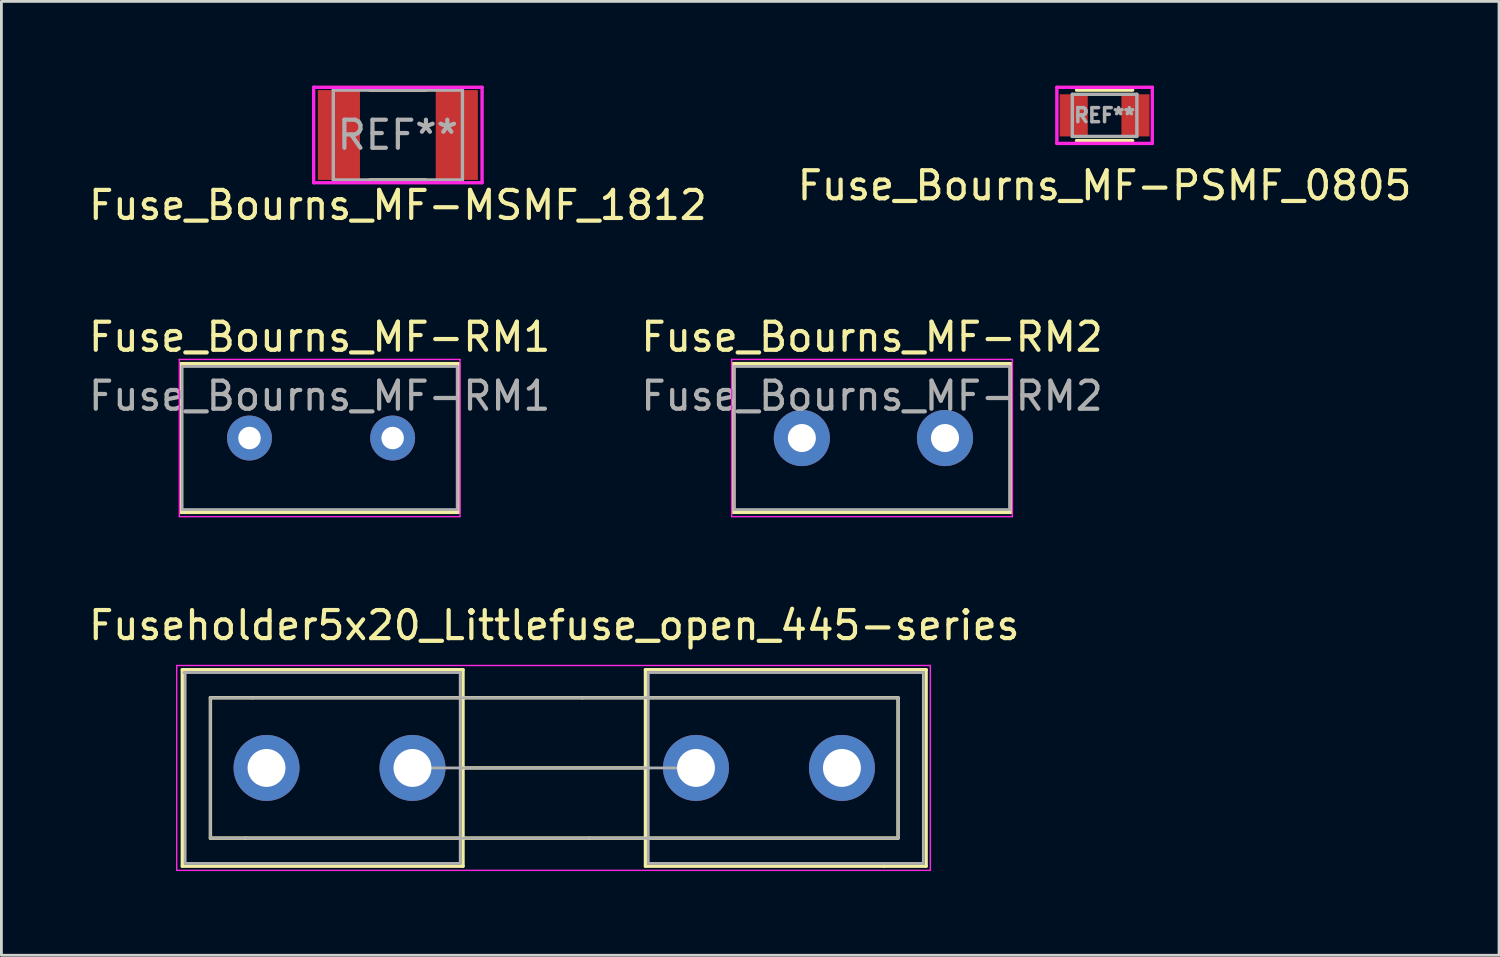
<source format=kicad_pcb>
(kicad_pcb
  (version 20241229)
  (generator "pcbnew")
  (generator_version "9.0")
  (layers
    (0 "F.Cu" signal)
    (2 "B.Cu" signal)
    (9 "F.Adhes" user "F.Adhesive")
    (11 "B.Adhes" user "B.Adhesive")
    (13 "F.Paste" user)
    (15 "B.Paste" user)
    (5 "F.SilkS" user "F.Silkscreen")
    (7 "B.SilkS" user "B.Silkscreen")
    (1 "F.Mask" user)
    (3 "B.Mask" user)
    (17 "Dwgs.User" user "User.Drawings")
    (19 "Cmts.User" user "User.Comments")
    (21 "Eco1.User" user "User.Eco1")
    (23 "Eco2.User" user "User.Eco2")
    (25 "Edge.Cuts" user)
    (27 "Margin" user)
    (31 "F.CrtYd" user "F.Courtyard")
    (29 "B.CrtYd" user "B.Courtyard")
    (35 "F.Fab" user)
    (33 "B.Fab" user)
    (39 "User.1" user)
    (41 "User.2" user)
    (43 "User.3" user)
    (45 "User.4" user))
  (footprint "Fuseholder5x20_Littlefuse_open_445-series"
    (layer "F.Cu")
    (at 6.446 24.31)
    (property "Reference" "Fuseholder5x20_Littlefuse_open_445-series" (at 10.25 -5.08 0) (layer "F.SilkS") (effects (font (size 1 1) (thickness 0.15))))
    (attr through_hole)
    (fp_line (start -3 -3.5) (end -3 3.5) (stroke (width 0.12) (type solid)) (layer "F.SilkS"))
    (fp_line (start -2 -2.5) (end -2 2.5) (stroke (width 0.12) (type solid)) (layer "F.SilkS"))
    (fp_line (start -0.75 2.5) (end -2 2.5) (stroke (width 0.12) (type solid)) (layer "F.SilkS"))
    (fp_line (start -0.5 -2.5) (end -2 -2.5) (stroke (width 0.12) (type solid)) (layer "F.SilkS"))
    (fp_line (start 7 -3.5) (end -3 -3.5) (stroke (width 0.12) (type solid)) (layer "F.SilkS"))
    (fp_line (start 7 -3.5) (end 7 3.5) (stroke (width 0.12) (type solid)) (layer "F.SilkS"))
    (fp_line (start 7 3.5) (end -3 3.5) (stroke (width 0.12) (type solid)) (layer "F.SilkS"))
    (fp_line (start 11.25 -2.5) (end -0.5 -2.5) (stroke (width 0.12) (type solid)) (layer "F.SilkS"))
    (fp_line (start 11.5 2.5) (end -0.75 2.5) (stroke (width 0.12) (type solid)) (layer "F.SilkS"))
    (fp_line (start 13.5 -3.5) (end 13.5 3.5) (stroke (width 0.12) (type solid)) (layer "F.SilkS"))
    (fp_line (start 13.5 0) (end 7 0) (stroke (width 0.12) (type solid)) (layer "F.SilkS"))
    (fp_line (start 22 -3.5) (end 13.5 -3.5) (stroke (width 0.12) (type solid)) (layer "F.SilkS"))
    (fp_line (start 22 3.5) (end 13.5 3.5) (stroke (width 0.12) (type solid)) (layer "F.SilkS"))
    (fp_line (start 22.5 -2.5) (end 11.25 -2.5) (stroke (width 0.12) (type solid)) (layer "F.SilkS"))
    (fp_line (start 22.5 -2.5) (end 22.5 2.5) (stroke (width 0.12) (type solid)) (layer "F.SilkS"))
    (fp_line (start 22.5 2.5) (end 11.5 2.5) (stroke (width 0.12) (type solid)) (layer "F.SilkS"))
    (fp_line (start 23.5 -3.5) (end 22 -3.5) (stroke (width 0.12) (type solid)) (layer "F.SilkS"))
    (fp_line (start 23.5 -3.5) (end 23.5 3.5) (stroke (width 0.12) (type solid)) (layer "F.SilkS"))
    (fp_line (start 23.5 3.5) (end 22 3.5) (stroke (width 0.12) (type solid)) (layer "F.SilkS"))
    (fp_line (start -3.2 -3.65) (end -3.2 3.65) (stroke (width 0.05) (type solid)) (layer "F.CrtYd"))
    (fp_line (start -3.2 -3.65) (end 23.65 -3.65) (stroke (width 0.05) (type solid)) (layer "F.CrtYd"))
    (fp_line (start 23.65 3.65) (end -3.2 3.65) (stroke (width 0.05) (type solid)) (layer "F.CrtYd"))
    (fp_line (start 23.65 3.65) (end 23.65 -3.65) (stroke (width 0.05) (type solid)) (layer "F.CrtYd"))
    (fp_line (start -2.95 -3.4) (end 6.9 -3.4) (stroke (width 0.1) (type solid)) (layer "F.Fab"))
    (fp_line (start -2.9 3.4) (end -2.9 -3.4) (stroke (width 0.1) (type solid)) (layer "F.Fab"))
    (fp_line (start -2 -2.5) (end 22.5 -2.5) (stroke (width 0.1) (type solid)) (layer "F.Fab"))
    (fp_line (start -2 2.5) (end -2 -2.5) (stroke (width 0.1) (type solid)) (layer "F.Fab"))
    (fp_line (start 5.2 0) (end 15.25 0) (stroke (width 0.1) (type solid)) (layer "F.Fab"))
    (fp_line (start 6.9 -3.4) (end 6.9 3.4) (stroke (width 0.1) (type solid)) (layer "F.Fab"))
    (fp_line (start 6.9 3.4) (end -2.9 3.4) (stroke (width 0.1) (type solid)) (layer "F.Fab"))
    (fp_line (start 13.6 -3.4) (end 13.6 3.4) (stroke (width 0.1) (type solid)) (layer "F.Fab"))
    (fp_line (start 13.6 3.4) (end 23.4 3.4) (stroke (width 0.1) (type solid)) (layer "F.Fab"))
    (fp_line (start 22.5 -2.5) (end 22.5 2.5) (stroke (width 0.1) (type solid)) (layer "F.Fab"))
    (fp_line (start 22.5 2.5) (end -2 2.5) (stroke (width 0.1) (type solid)) (layer "F.Fab"))
    (fp_line (start 23.4 -3.4) (end 13.6 -3.4) (stroke (width 0.1) (type solid)) (layer "F.Fab"))
    (fp_line (start 23.4 3.4) (end 23.4 -3.4) (stroke (width 0.1) (type solid)) (layer "F.Fab"))
    (pad "1" thru_hole circle (at 0 0) (size 2.35 2.35) (drill 1.35) (layers "*.Cu" "*.Mask"))
    (pad "1" thru_hole circle (at 5.2 0) (size 2.35 2.35) (drill 1.35) (layers "*.Cu" "*.Mask"))
    (pad "2" thru_hole circle (at 15.3 0) (size 2.35 2.35) (drill 1.35) (layers "*.Cu" "*.Mask"))
    (pad "2" thru_hole circle (at 20.5 0) (size 2.35 2.35) (drill 1.35) (layers "*.Cu" "*.Mask")))
  (footprint "Fuse_Bourns_MF-PSMF_0805"
    (layer "F.Cu")
    (at 36.304 1.06)
    (property "Reference" "Fuse_Bourns_MF-PSMF_0805" (at 0 2.5 0) (layer "F.SilkS") (effects (font (size 1 1) (thickness 0.15))))
    (attr through_hole)
    (fp_line (start -1 -0.9) (end 1 -0.9) (stroke (width 0.12) (type solid)) (layer "F.SilkS"))
    (fp_line (start 1 0.9) (end -1 0.9) (stroke (width 0.12) (type solid)) (layer "F.SilkS"))
    (fp_line (start -1.7 -1) (end 1.7 -1) (stroke (width 0.12) (type solid)) (layer "F.CrtYd"))
    (fp_line (start -1.7 1) (end -1.7 -1) (stroke (width 0.12) (type solid)) (layer "F.CrtYd"))
    (fp_line (start 1.7 -1) (end 1.7 1) (stroke (width 0.12) (type solid)) (layer "F.CrtYd"))
    (fp_line (start 1.7 1) (end -1.7 1) (stroke (width 0.12) (type solid)) (layer "F.CrtYd"))
    (fp_line (start -1.15 -0.75) (end 1.15 -0.75) (stroke (width 0.12) (type solid)) (layer "F.Fab"))
    (fp_line (start -1.15 0.75) (end -1.15 -0.75) (stroke (width 0.12) (type solid)) (layer "F.Fab"))
    (fp_line (start 1.15 -0.75) (end 1.15 0.75) (stroke (width 0.12) (type solid)) (layer "F.Fab"))
    (fp_line (start 1.15 0.75) (end -1.15 0.75) (stroke (width 0.12) (type solid)) (layer "F.Fab"))
    (fp_text user "REF**" (at 0 0 0) (layer "F.Fab") (effects (font (size 0.5 0.5) (thickness 0.125))))
    (pad "1" smd rect (at -1.1 0) (size 1 1.5) (layers "F.Cu" "F.Mask" "F.Paste"))
    (pad "2" smd rect (at 1.1 0) (size 1 1.5) (layers "F.Cu" "F.Mask" "F.Paste")))
  (footprint "Fuse_Bourns_MF-RM1"
    (layer "F.Cu")
    (at 5.839 12.556)
    (property "Reference" "Fuse_Bourns_MF-RM1" (at 2.5 -3.6 0) (layer "F.SilkS") (effects (font (size 1 1) (thickness 0.15))))
    (attr through_hole)
    (fp_line (start -2.45 -2.65) (end -2.45 2.65) (stroke (width 0.12) (type solid)) (layer "F.SilkS"))
    (fp_line (start -2.45 -2.65) (end 7.45 -2.65) (stroke (width 0.12) (type solid)) (layer "F.SilkS"))
    (fp_line (start 7.45 2.65) (end -2.45 2.65) (stroke (width 0.12) (type solid)) (layer "F.SilkS"))
    (fp_line (start 7.45 2.65) (end 7.45 -2.65) (stroke (width 0.12) (type solid)) (layer "F.SilkS"))
    (fp_line (start -2.5 -2.8) (end -2.5 2.8) (stroke (width 0.05) (type solid)) (layer "F.CrtYd"))
    (fp_line (start -2.5 -2.8) (end 7.5 -2.8) (stroke (width 0.05) (type solid)) (layer "F.CrtYd"))
    (fp_line (start 7.5 2.8) (end -2.5 2.8) (stroke (width 0.05) (type solid)) (layer "F.CrtYd"))
    (fp_line (start 7.5 2.8) (end 7.5 -2.8) (stroke (width 0.05) (type solid)) (layer "F.CrtYd"))
    (fp_line (start -2.4 -2.55) (end -2.4 2.55) (stroke (width 0.1) (type solid)) (layer "F.Fab"))
    (fp_line (start -2.4 2.55) (end 7.4 2.55) (stroke (width 0.1) (type solid)) (layer "F.Fab"))
    (fp_line (start 7.4 -2.55) (end -2.4 -2.55) (stroke (width 0.1) (type solid)) (layer "F.Fab"))
    (fp_line (start 7.4 2.55) (end 7.4 -2.55) (stroke (width 0.1) (type solid)) (layer "F.Fab"))
    (fp_text user "${REFERENCE}" (at 2.5 -1.5 0) (layer "F.Fab") (effects (font (size 1 1) (thickness 0.15))))
    (pad "1" thru_hole circle (at 0 0) (size 1.6 1.6) (drill 0.8) (layers "*.Cu" "*.Mask"))
    (pad "2" thru_hole circle (at 5.1 0) (size 1.6 1.6) (drill 0.8) (layers "*.Cu" "*.Mask")))
  (footprint "Fuse_Bourns_MF-RM2"
    (layer "F.Cu")
    (at 25.518 12.556)
    (property "Reference" "Fuse_Bourns_MF-RM2" (at 2.5 -3.6 0) (layer "F.SilkS") (effects (font (size 1 1) (thickness 0.15))))
    (attr through_hole)
    (fp_line (start -2.45 -2.65) (end -2.45 2.65) (stroke (width 0.12) (type solid)) (layer "F.SilkS"))
    (fp_line (start -2.45 -2.65) (end 7.45 -2.65) (stroke (width 0.12) (type solid)) (layer "F.SilkS"))
    (fp_line (start 7.45 2.65) (end -2.45 2.65) (stroke (width 0.12) (type solid)) (layer "F.SilkS"))
    (fp_line (start 7.45 2.65) (end 7.45 -2.65) (stroke (width 0.12) (type solid)) (layer "F.SilkS"))
    (fp_line (start -2.5 -2.8) (end -2.5 2.8) (stroke (width 0.05) (type solid)) (layer "F.CrtYd"))
    (fp_line (start -2.5 -2.8) (end 7.5 -2.8) (stroke (width 0.05) (type solid)) (layer "F.CrtYd"))
    (fp_line (start 7.5 2.8) (end -2.5 2.8) (stroke (width 0.05) (type solid)) (layer "F.CrtYd"))
    (fp_line (start 7.5 2.8) (end 7.5 -2.8) (stroke (width 0.05) (type solid)) (layer "F.CrtYd"))
    (fp_line (start -2.4 -2.55) (end -2.4 2.55) (stroke (width 0.1) (type solid)) (layer "F.Fab"))
    (fp_line (start -2.4 2.55) (end 7.4 2.55) (stroke (width 0.1) (type solid)) (layer "F.Fab"))
    (fp_line (start 7.4 -2.55) (end -2.4 -2.55) (stroke (width 0.1) (type solid)) (layer "F.Fab"))
    (fp_line (start 7.4 2.55) (end 7.4 -2.55) (stroke (width 0.1) (type solid)) (layer "F.Fab"))
    (fp_text user "${REFERENCE}" (at 2.5 -1.5 0) (layer "F.Fab") (effects (font (size 1 1) (thickness 0.15))))
    (pad "1" thru_hole circle (at 0 0) (size 2 2) (drill 1) (layers "*.Cu" "*.Mask"))
    (pad "2" thru_hole circle (at 5.1 0) (size 2 2) (drill 1) (layers "*.Cu" "*.Mask")))
  (footprint "Fuse_Bourns_MF-MSMF_1812"
    (layer "F.Cu")
    (at 11.125 1.76)
    (property "Reference" "Fuse_Bourns_MF-MSMF_1812" (at 0 2.5 0) (layer "F.SilkS") (effects (font (size 1 1) (thickness 0.15))))
    (attr through_hole)
    (fp_line (start -1 -1.6) (end 1 -1.6) (stroke (width 0.12) (type solid)) (layer "F.SilkS"))
    (fp_line (start 1 1.6) (end -1 1.6) (stroke (width 0.12) (type solid)) (layer "F.SilkS"))
    (fp_line (start -3 -1.7) (end 3 -1.7) (stroke (width 0.12) (type solid)) (layer "F.CrtYd"))
    (fp_line (start -3 1.7) (end -3 -1.7) (stroke (width 0.12) (type solid)) (layer "F.CrtYd"))
    (fp_line (start 3 -1.7) (end 3 1.7) (stroke (width 0.12) (type solid)) (layer "F.CrtYd"))
    (fp_line (start 3 1.7) (end -3 1.7) (stroke (width 0.12) (type solid)) (layer "F.CrtYd"))
    (fp_line (start -2.3 -1.6) (end 2.3 -1.6) (stroke (width 0.12) (type solid)) (layer "F.Fab"))
    (fp_line (start -2.3 1.6) (end -2.3 -1.6) (stroke (width 0.12) (type solid)) (layer "F.Fab"))
    (fp_line (start 2.3 -1.6) (end 2.3 1.6) (stroke (width 0.12) (type solid)) (layer "F.Fab"))
    (fp_line (start 2.3 1.6) (end -2.3 1.6) (stroke (width 0.12) (type solid)) (layer "F.Fab"))
    (fp_text user "REF**" (at 0 0 0) (layer "F.Fab") (effects (font (size 1 1) (thickness 0.15))))
    (pad "1" smd rect (at -2.1 0) (size 1.5 3.2) (layers "F.Cu" "F.Mask" "F.Paste"))
    (pad "2" smd rect (at 2.1 0) (size 1.5 3.2) (layers "F.Cu" "F.Mask" "F.Paste")))
  (gr_rect
    (start -3 -3)
    (end 50.357 30.985)
    (stroke (width 0.1) (type default))
    (fill no)
    (layer "Edge.Cuts")))
</source>
